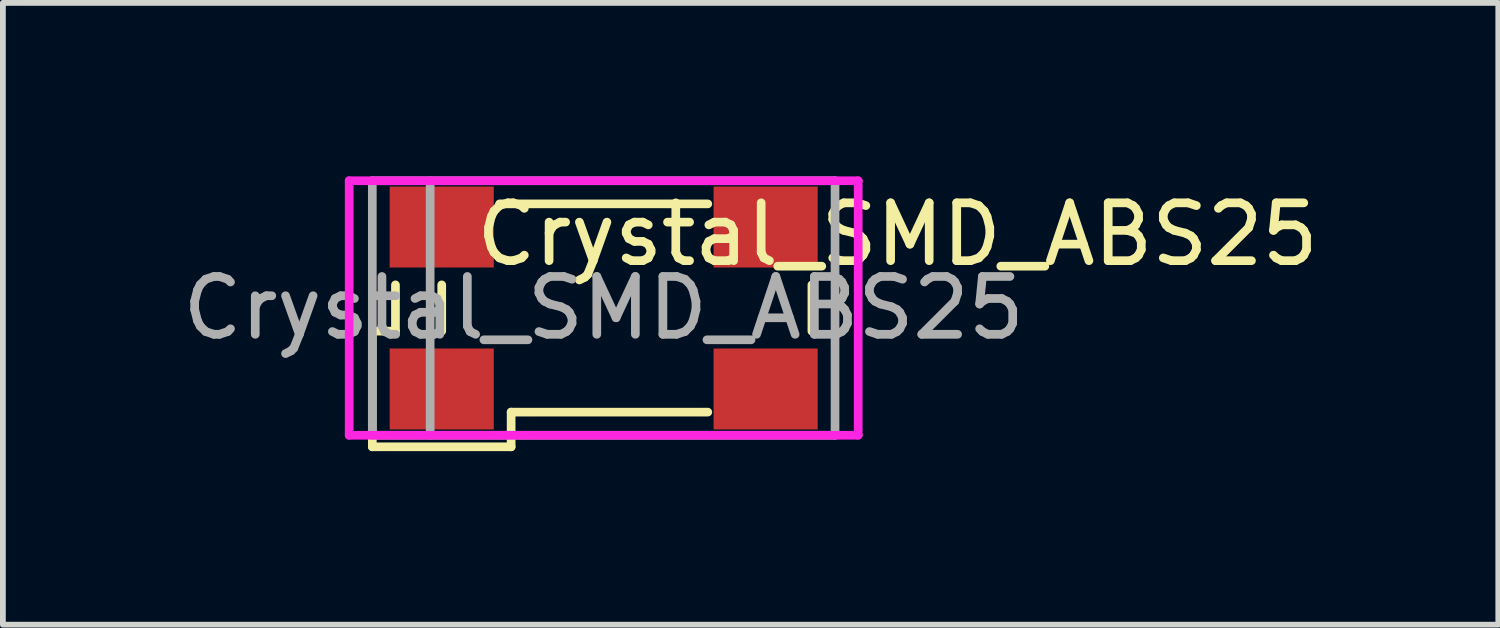
<source format=kicad_pcb>
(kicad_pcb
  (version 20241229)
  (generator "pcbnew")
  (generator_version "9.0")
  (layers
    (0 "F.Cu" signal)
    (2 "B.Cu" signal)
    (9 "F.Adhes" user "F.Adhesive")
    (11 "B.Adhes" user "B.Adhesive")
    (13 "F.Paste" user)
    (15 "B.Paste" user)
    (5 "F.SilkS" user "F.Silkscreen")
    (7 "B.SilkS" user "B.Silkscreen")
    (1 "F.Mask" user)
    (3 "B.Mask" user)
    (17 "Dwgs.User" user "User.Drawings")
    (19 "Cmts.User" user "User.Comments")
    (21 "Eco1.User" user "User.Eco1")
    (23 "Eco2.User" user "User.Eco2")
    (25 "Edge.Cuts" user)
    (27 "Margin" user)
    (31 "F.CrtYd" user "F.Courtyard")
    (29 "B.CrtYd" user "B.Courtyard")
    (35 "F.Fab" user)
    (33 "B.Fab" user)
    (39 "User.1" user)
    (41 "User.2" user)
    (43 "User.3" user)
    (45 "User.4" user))
  (footprint "Crystal_SMD_ABS25"
    (layer "F.Cu")
    (at 7.387 2.275)
    (property "Reference" "Crystal_SMD_ABS25" (at 5.08 -1.273 0) (layer "F.SilkS") (effects (font (size 1 1) (thickness 0.15))))
    (attr smd)
    (fp_line (start -4 0.4) (end -3.6 0.4) (stroke (width 0.15) (type solid)) (layer "F.SilkS"))
    (fp_line (start -4 2.4) (end -4 0.4) (stroke (width 0.15) (type solid)) (layer "F.SilkS"))
    (fp_line (start -3.6 -0.4) (end -3.6 0.4) (stroke (width 0.15) (type solid)) (layer "F.SilkS"))
    (fp_line (start -2.8 -0.4) (end -2.8 0.4) (stroke (width 0.15) (type solid)) (layer "F.SilkS"))
    (fp_line (start -1.8 -1.8) (end 1.8 -1.8) (stroke (width 0.15) (type solid)) (layer "F.SilkS"))
    (fp_line (start -1.6 1.8) (end -1.6 2.4) (stroke (width 0.15) (type solid)) (layer "F.SilkS"))
    (fp_line (start -1.6 1.8) (end 1.8 1.8) (stroke (width 0.15) (type solid)) (layer "F.SilkS"))
    (fp_line (start -1.6 2.4) (end -4 2.4) (stroke (width 0.15) (type solid)) (layer "F.SilkS"))
    (fp_line (start 3.6 -0.4) (end 3.6 0.4) (stroke (width 0.15) (type solid)) (layer "F.SilkS"))
    (fp_line (start -4.4 -2.2) (end -4.4 2.2) (stroke (width 0.15) (type solid)) (layer "F.CrtYd"))
    (fp_line (start -4.4 -2.2) (end 4.4 -2.2) (stroke (width 0.15) (type solid)) (layer "F.CrtYd"))
    (fp_line (start -4.4 2.2) (end 4.4 2.2) (stroke (width 0.15) (type solid)) (layer "F.CrtYd"))
    (fp_line (start 4.4 -2.2) (end 4.4 2.2) (stroke (width 0.15) (type solid)) (layer "F.CrtYd"))
    (fp_line (start -4 -2.2) (end -4 2.2) (stroke (width 0.15) (type solid)) (layer "F.Fab"))
    (fp_line (start -4 2.2) (end 4 2.2) (stroke (width 0.15) (type solid)) (layer "F.Fab"))
    (fp_line (start -3 -2.2) (end -3 2.2) (stroke (width 0.15) (type solid)) (layer "F.Fab"))
    (fp_line (start 4 -2.2) (end -4 -2.2) (stroke (width 0.15) (type solid)) (layer "F.Fab"))
    (fp_line (start 4 2.2) (end 4 -2.2) (stroke (width 0.15) (type solid)) (layer "F.Fab"))
    (fp_text user "${REFERENCE}" (at 0 0 0) (layer "F.Fab") (effects (font (size 1 1) (thickness 0.15))))
    (pad "1" smd rect (at -2.8 1.4) (size 1.8 1.4) (layers "F.Cu" "F.Mask" "F.Paste"))
    (pad "2" smd rect (at 2.8 1.4) (size 1.8 1.4) (layers "F.Cu" "F.Mask" "F.Paste"))
    (pad "3" smd rect (at 2.8 -1.4) (size 1.8 1.4) (layers "F.Cu" "F.Mask" "F.Paste"))
    (pad "4" smd rect (at -2.8 -1.4) (size 1.8 1.4) (layers "F.Cu" "F.Mask" "F.Paste")))
  (gr_rect
    (start -3 -3)
    (end 22.854 7.75)
    (stroke (width 0.1) (type default))
    (fill no)
    (layer "Edge.Cuts")))
</source>
